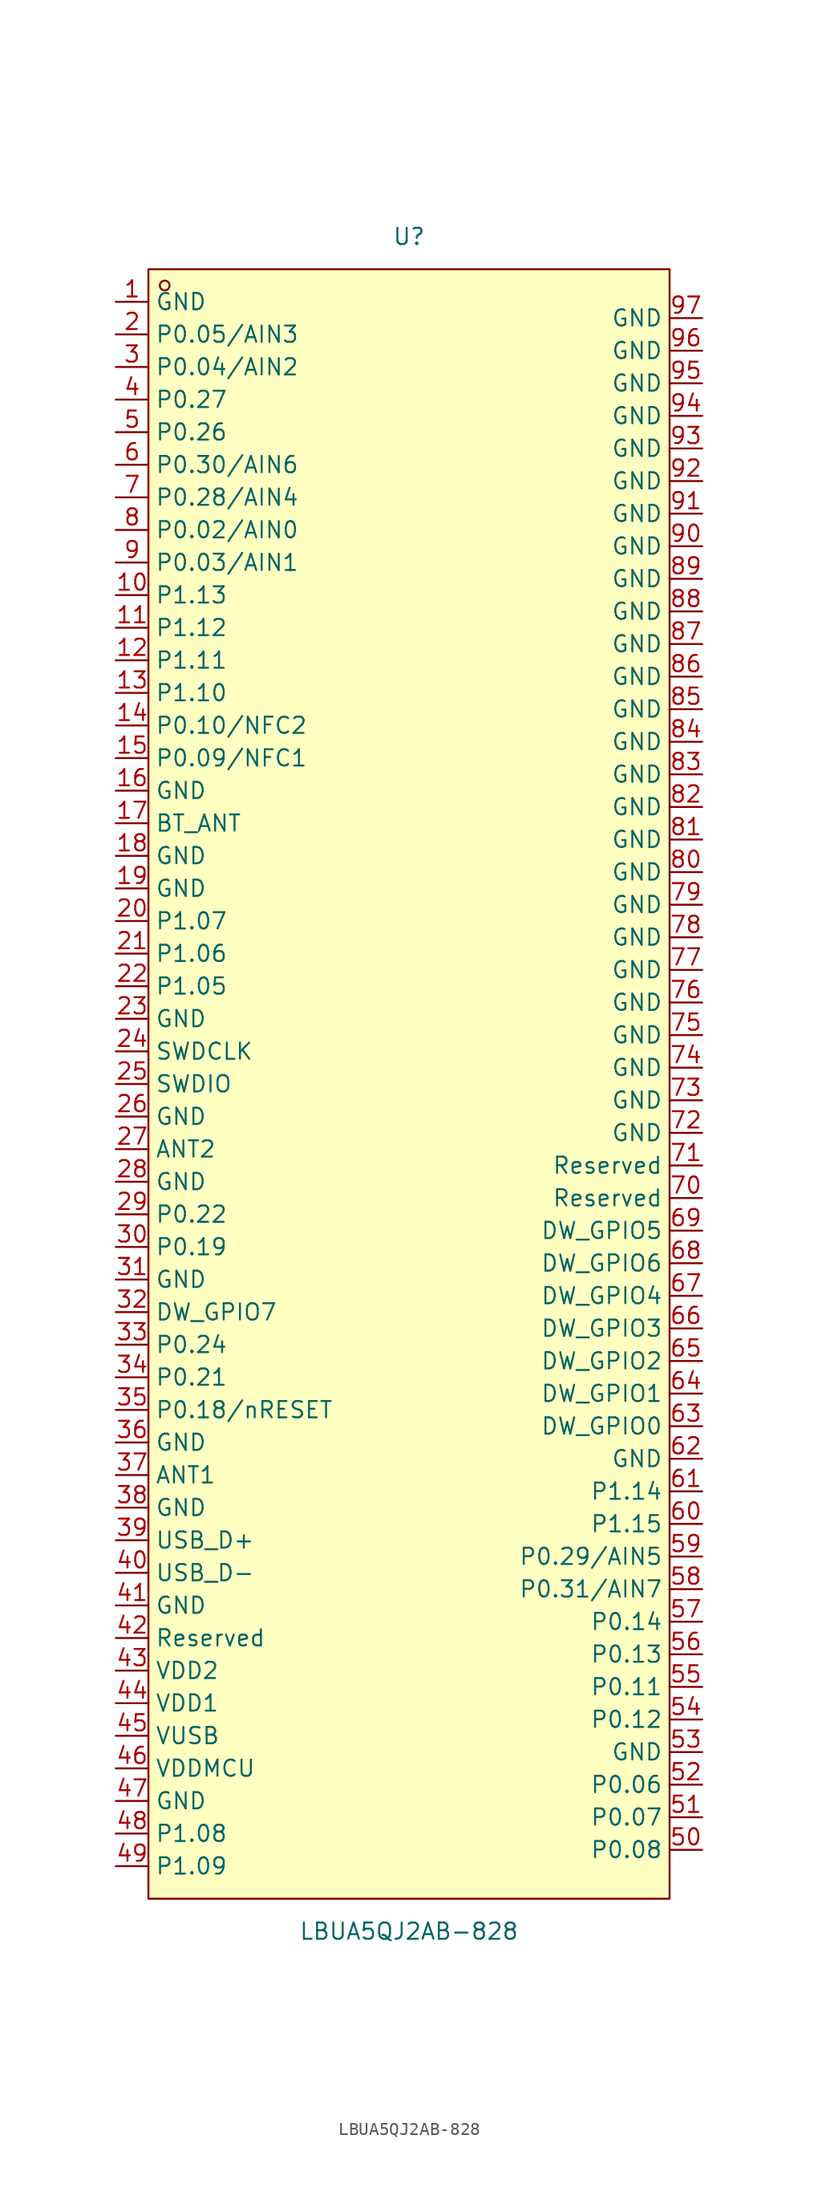
<source format=kicad_sym>
(kicad_symbol_lib
  (version 20241209)
  (generator "kicad_symbol_editor")
  (generator_version "9.0")
  (symbol "LBUA5QJ2AB-828"
    (property "Reference" "U"
      (at 0 66.04 0)
      (effects (font (size 1.27 1.27))))
    (property "Value" "LBUA5QJ2AB-828"
      (at 0 -66.04 0)
      (effects (font (size 1.27 1.27))))
    (symbol "LBUA5QJ2AB-828_0_1"
      (rectangle (start -20.32 63.5) (end 20.32 -63.5) (stroke (width 0) (type default)) (fill (type background)))
      (circle (center -19.05 62.23) (radius 0.38) (stroke (width 0) (type default)) (fill (type none)))
      (pin unspecified line (at -22.86 60.96 0) (length 2.54) (name "GND" (effects (font (size 1.27 1.27)))) (number "1" (effects (font (size 1.27 1.27)))))
      (pin unspecified line (at -22.86 58.42 0) (length 2.54) (name "P0.05/AIN3" (effects (font (size 1.27 1.27)))) (number "2" (effects (font (size 1.27 1.27)))))
      (pin unspecified line (at -22.86 55.88 0) (length 2.54) (name "P0.04/AIN2" (effects (font (size 1.27 1.27)))) (number "3" (effects (font (size 1.27 1.27)))))
      (pin unspecified line (at -22.86 53.34 0) (length 2.54) (name "P0.27" (effects (font (size 1.27 1.27)))) (number "4" (effects (font (size 1.27 1.27)))))
      (pin unspecified line (at -22.86 50.8 0) (length 2.54) (name "P0.26" (effects (font (size 1.27 1.27)))) (number "5" (effects (font (size 1.27 1.27)))))
      (pin unspecified line (at -22.86 48.26 0) (length 2.54) (name "P0.30/AIN6" (effects (font (size 1.27 1.27)))) (number "6" (effects (font (size 1.27 1.27)))))
      (pin unspecified line (at -22.86 45.72 0) (length 2.54) (name "P0.28/AIN4" (effects (font (size 1.27 1.27)))) (number "7" (effects (font (size 1.27 1.27)))))
      (pin unspecified line (at -22.86 43.18 0) (length 2.54) (name "P0.02/AIN0" (effects (font (size 1.27 1.27)))) (number "8" (effects (font (size 1.27 1.27)))))
      (pin unspecified line (at -22.86 40.64 0) (length 2.54) (name "P0.03/AIN1" (effects (font (size 1.27 1.27)))) (number "9" (effects (font (size 1.27 1.27)))))
      (pin unspecified line (at -22.86 38.1 0) (length 2.54) (name "P1.13" (effects (font (size 1.27 1.27)))) (number "10" (effects (font (size 1.27 1.27)))))
      (pin unspecified line (at -22.86 35.56 0) (length 2.54) (name "P1.12" (effects (font (size 1.27 1.27)))) (number "11" (effects (font (size 1.27 1.27)))))
      (pin unspecified line (at -22.86 33.02 0) (length 2.54) (name "P1.11" (effects (font (size 1.27 1.27)))) (number "12" (effects (font (size 1.27 1.27)))))
      (pin unspecified line (at -22.86 30.48 0) (length 2.54) (name "P1.10" (effects (font (size 1.27 1.27)))) (number "13" (effects (font (size 1.27 1.27)))))
      (pin unspecified line (at -22.86 27.94 0) (length 2.54) (name "P0.10/NFC2" (effects (font (size 1.27 1.27)))) (number "14" (effects (font (size 1.27 1.27)))))
      (pin unspecified line (at -22.86 25.4 0) (length 2.54) (name "P0.09/NFC1" (effects (font (size 1.27 1.27)))) (number "15" (effects (font (size 1.27 1.27)))))
      (pin unspecified line (at -22.86 22.86 0) (length 2.54) (name "GND" (effects (font (size 1.27 1.27)))) (number "16" (effects (font (size 1.27 1.27)))))
      (pin unspecified line (at -22.86 20.32 0) (length 2.54) (name "BT_ANT" (effects (font (size 1.27 1.27)))) (number "17" (effects (font (size 1.27 1.27)))))
      (pin unspecified line (at -22.86 17.78 0) (length 2.54) (name "GND" (effects (font (size 1.27 1.27)))) (number "18" (effects (font (size 1.27 1.27)))))
      (pin unspecified line (at -22.86 15.24 0) (length 2.54) (name "GND" (effects (font (size 1.27 1.27)))) (number "19" (effects (font (size 1.27 1.27)))))
      (pin unspecified line (at -22.86 12.7 0) (length 2.54) (name "P1.07" (effects (font (size 1.27 1.27)))) (number "20" (effects (font (size 1.27 1.27)))))
      (pin unspecified line (at -22.86 10.16 0) (length 2.54) (name "P1.06" (effects (font (size 1.27 1.27)))) (number "21" (effects (font (size 1.27 1.27)))))
      (pin unspecified line (at -22.86 7.62 0) (length 2.54) (name "P1.05" (effects (font (size 1.27 1.27)))) (number "22" (effects (font (size 1.27 1.27)))))
      (pin unspecified line (at -22.86 5.08 0) (length 2.54) (name "GND" (effects (font (size 1.27 1.27)))) (number "23" (effects (font (size 1.27 1.27)))))
      (pin unspecified line (at -22.86 2.54 0) (length 2.54) (name "SWDCLK" (effects (font (size 1.27 1.27)))) (number "24" (effects (font (size 1.27 1.27)))))
      (pin unspecified line (at -22.86 0 0) (length 2.54) (name "SWDIO" (effects (font (size 1.27 1.27)))) (number "25" (effects (font (size 1.27 1.27)))))
      (pin unspecified line (at -22.86 -2.54 0) (length 2.54) (name "GND" (effects (font (size 1.27 1.27)))) (number "26" (effects (font (size 1.27 1.27)))))
      (pin unspecified line (at -22.86 -5.08 0) (length 2.54) (name "ANT2" (effects (font (size 1.27 1.27)))) (number "27" (effects (font (size 1.27 1.27)))))
      (pin unspecified line (at -22.86 -7.62 0) (length 2.54) (name "GND" (effects (font (size 1.27 1.27)))) (number "28" (effects (font (size 1.27 1.27)))))
      (pin unspecified line (at -22.86 -10.16 0) (length 2.54) (name "P0.22" (effects (font (size 1.27 1.27)))) (number "29" (effects (font (size 1.27 1.27)))))
      (pin unspecified line (at -22.86 -12.7 0) (length 2.54) (name "P0.19" (effects (font (size 1.27 1.27)))) (number "30" (effects (font (size 1.27 1.27)))))
      (pin unspecified line (at -22.86 -15.24 0) (length 2.54) (name "GND" (effects (font (size 1.27 1.27)))) (number "31" (effects (font (size 1.27 1.27)))))
      (pin unspecified line (at -22.86 -17.78 0) (length 2.54) (name "DW_GPIO7" (effects (font (size 1.27 1.27)))) (number "32" (effects (font (size 1.27 1.27)))))
      (pin unspecified line (at -22.86 -20.32 0) (length 2.54) (name "P0.24" (effects (font (size 1.27 1.27)))) (number "33" (effects (font (size 1.27 1.27)))))
      (pin unspecified line (at -22.86 -22.86 0) (length 2.54) (name "P0.21" (effects (font (size 1.27 1.27)))) (number "34" (effects (font (size 1.27 1.27)))))
      (pin unspecified line (at -22.86 -25.4 0) (length 2.54) (name "P0.18/nRESET" (effects (font (size 1.27 1.27)))) (number "35" (effects (font (size 1.27 1.27)))))
      (pin unspecified line (at -22.86 -27.94 0) (length 2.54) (name "GND" (effects (font (size 1.27 1.27)))) (number "36" (effects (font (size 1.27 1.27)))))
      (pin unspecified line (at -22.86 -30.48 0) (length 2.54) (name "ANT1" (effects (font (size 1.27 1.27)))) (number "37" (effects (font (size 1.27 1.27)))))
      (pin unspecified line (at -22.86 -33.02 0) (length 2.54) (name "GND" (effects (font (size 1.27 1.27)))) (number "38" (effects (font (size 1.27 1.27)))))
      (pin unspecified line (at -22.86 -35.56 0) (length 2.54) (name "USB_D+" (effects (font (size 1.27 1.27)))) (number "39" (effects (font (size 1.27 1.27)))))
      (pin unspecified line (at -22.86 -38.1 0) (length 2.54) (name "USB_D-" (effects (font (size 1.27 1.27)))) (number "40" (effects (font (size 1.27 1.27)))))
      (pin unspecified line (at -22.86 -40.64 0) (length 2.54) (name "GND" (effects (font (size 1.27 1.27)))) (number "41" (effects (font (size 1.27 1.27)))))
      (pin unspecified line (at -22.86 -43.18 0) (length 2.54) (name "Reserved" (effects (font (size 1.27 1.27)))) (number "42" (effects (font (size 1.27 1.27)))))
      (pin unspecified line (at -22.86 -45.72 0) (length 2.54) (name "VDD2" (effects (font (size 1.27 1.27)))) (number "43" (effects (font (size 1.27 1.27)))))
      (pin unspecified line (at -22.86 -48.26 0) (length 2.54) (name "VDD1" (effects (font (size 1.27 1.27)))) (number "44" (effects (font (size 1.27 1.27)))))
      (pin unspecified line (at -22.86 -50.8 0) (length 2.54) (name "VUSB" (effects (font (size 1.27 1.27)))) (number "45" (effects (font (size 1.27 1.27)))))
      (pin unspecified line (at -22.86 -53.34 0) (length 2.54) (name "VDDMCU" (effects (font (size 1.27 1.27)))) (number "46" (effects (font (size 1.27 1.27)))))
      (pin unspecified line (at -22.86 -55.88 0) (length 2.54) (name "GND" (effects (font (size 1.27 1.27)))) (number "47" (effects (font (size 1.27 1.27)))))
      (pin unspecified line (at -22.86 -58.42 0) (length 2.54) (name "P1.08" (effects (font (size 1.27 1.27)))) (number "48" (effects (font (size 1.27 1.27)))))
      (pin unspecified line (at -22.86 -60.96 0) (length 2.54) (name "P1.09" (effects (font (size 1.27 1.27)))) (number "49" (effects (font (size 1.27 1.27)))))
      (pin unspecified line (at 22.86 59.69 180) (length 2.54) (name "GND" (effects (font (size 1.27 1.27)))) (number "97" (effects (font (size 1.27 1.27)))))
      (pin unspecified line (at 22.86 57.15 180) (length 2.54) (name "GND" (effects (font (size 1.27 1.27)))) (number "96" (effects (font (size 1.27 1.27)))))
      (pin unspecified line (at 22.86 54.61 180) (length 2.54) (name "GND" (effects (font (size 1.27 1.27)))) (number "95" (effects (font (size 1.27 1.27)))))
      (pin unspecified line (at 22.86 52.07 180) (length 2.54) (name "GND" (effects (font (size 1.27 1.27)))) (number "94" (effects (font (size 1.27 1.27)))))
      (pin unspecified line (at 22.86 49.53 180) (length 2.54) (name "GND" (effects (font (size 1.27 1.27)))) (number "93" (effects (font (size 1.27 1.27)))))
      (pin unspecified line (at 22.86 46.99 180) (length 2.54) (name "GND" (effects (font (size 1.27 1.27)))) (number "92" (effects (font (size 1.27 1.27)))))
      (pin unspecified line (at 22.86 44.45 180) (length 2.54) (name "GND" (effects (font (size 1.27 1.27)))) (number "91" (effects (font (size 1.27 1.27)))))
      (pin unspecified line (at 22.86 41.91 180) (length 2.54) (name "GND" (effects (font (size 1.27 1.27)))) (number "90" (effects (font (size 1.27 1.27)))))
      (pin unspecified line (at 22.86 39.37 180) (length 2.54) (name "GND" (effects (font (size 1.27 1.27)))) (number "89" (effects (font (size 1.27 1.27)))))
      (pin unspecified line (at 22.86 36.83 180) (length 2.54) (name "GND" (effects (font (size 1.27 1.27)))) (number "88" (effects (font (size 1.27 1.27)))))
      (pin unspecified line (at 22.86 34.29 180) (length 2.54) (name "GND" (effects (font (size 1.27 1.27)))) (number "87" (effects (font (size 1.27 1.27)))))
      (pin unspecified line (at 22.86 31.75 180) (length 2.54) (name "GND" (effects (font (size 1.27 1.27)))) (number "86" (effects (font (size 1.27 1.27)))))
      (pin unspecified line (at 22.86 29.21 180) (length 2.54) (name "GND" (effects (font (size 1.27 1.27)))) (number "85" (effects (font (size 1.27 1.27)))))
      (pin unspecified line (at 22.86 26.67 180) (length 2.54) (name "GND" (effects (font (size 1.27 1.27)))) (number "84" (effects (font (size 1.27 1.27)))))
      (pin unspecified line (at 22.86 24.13 180) (length 2.54) (name "GND" (effects (font (size 1.27 1.27)))) (number "83" (effects (font (size 1.27 1.27)))))
      (pin unspecified line (at 22.86 21.59 180) (length 2.54) (name "GND" (effects (font (size 1.27 1.27)))) (number "82" (effects (font (size 1.27 1.27)))))
      (pin unspecified line (at 22.86 19.05 180) (length 2.54) (name "GND" (effects (font (size 1.27 1.27)))) (number "81" (effects (font (size 1.27 1.27)))))
      (pin unspecified line (at 22.86 16.51 180) (length 2.54) (name "GND" (effects (font (size 1.27 1.27)))) (number "80" (effects (font (size 1.27 1.27)))))
      (pin unspecified line (at 22.86 13.97 180) (length 2.54) (name "GND" (effects (font (size 1.27 1.27)))) (number "79" (effects (font (size 1.27 1.27)))))
      (pin unspecified line (at 22.86 11.43 180) (length 2.54) (name "GND" (effects (font (size 1.27 1.27)))) (number "78" (effects (font (size 1.27 1.27)))))
      (pin unspecified line (at 22.86 8.89 180) (length 2.54) (name "GND" (effects (font (size 1.27 1.27)))) (number "77" (effects (font (size 1.27 1.27)))))
      (pin unspecified line (at 22.86 6.35 180) (length 2.54) (name "GND" (effects (font (size 1.27 1.27)))) (number "76" (effects (font (size 1.27 1.27)))))
      (pin unspecified line (at 22.86 3.81 180) (length 2.54) (name "GND" (effects (font (size 1.27 1.27)))) (number "75" (effects (font (size 1.27 1.27)))))
      (pin unspecified line (at 22.86 1.27 180) (length 2.54) (name "GND" (effects (font (size 1.27 1.27)))) (number "74" (effects (font (size 1.27 1.27)))))
      (pin unspecified line (at 22.86 -1.27 180) (length 2.54) (name "GND" (effects (font (size 1.27 1.27)))) (number "73" (effects (font (size 1.27 1.27)))))
      (pin unspecified line (at 22.86 -3.81 180) (length 2.54) (name "GND" (effects (font (size 1.27 1.27)))) (number "72" (effects (font (size 1.27 1.27)))))
      (pin unspecified line (at 22.86 -6.35 180) (length 2.54) (name "Reserved" (effects (font (size 1.27 1.27)))) (number "71" (effects (font (size 1.27 1.27)))))
      (pin unspecified line (at 22.86 -8.89 180) (length 2.54) (name "Reserved" (effects (font (size 1.27 1.27)))) (number "70" (effects (font (size 1.27 1.27)))))
      (pin unspecified line (at 22.86 -11.43 180) (length 2.54) (name "DW_GPIO5" (effects (font (size 1.27 1.27)))) (number "69" (effects (font (size 1.27 1.27)))))
      (pin unspecified line (at 22.86 -13.97 180) (length 2.54) (name "DW_GPIO6" (effects (font (size 1.27 1.27)))) (number "68" (effects (font (size 1.27 1.27)))))
      (pin unspecified line (at 22.86 -16.51 180) (length 2.54) (name "DW_GPIO4" (effects (font (size 1.27 1.27)))) (number "67" (effects (font (size 1.27 1.27)))))
      (pin unspecified line (at 22.86 -19.05 180) (length 2.54) (name "DW_GPIO3" (effects (font (size 1.27 1.27)))) (number "66" (effects (font (size 1.27 1.27)))))
      (pin unspecified line (at 22.86 -21.59 180) (length 2.54) (name "DW_GPIO2" (effects (font (size 1.27 1.27)))) (number "65" (effects (font (size 1.27 1.27)))))
      (pin unspecified line (at 22.86 -24.13 180) (length 2.54) (name "DW_GPIO1" (effects (font (size 1.27 1.27)))) (number "64" (effects (font (size 1.27 1.27)))))
      (pin unspecified line (at 22.86 -26.67 180) (length 2.54) (name "DW_GPIO0" (effects (font (size 1.27 1.27)))) (number "63" (effects (font (size 1.27 1.27)))))
      (pin unspecified line (at 22.86 -29.21 180) (length 2.54) (name "GND" (effects (font (size 1.27 1.27)))) (number "62" (effects (font (size 1.27 1.27)))))
      (pin unspecified line (at 22.86 -31.75 180) (length 2.54) (name "P1.14" (effects (font (size 1.27 1.27)))) (number "61" (effects (font (size 1.27 1.27)))))
      (pin unspecified line (at 22.86 -34.29 180) (length 2.54) (name "P1.15" (effects (font (size 1.27 1.27)))) (number "60" (effects (font (size 1.27 1.27)))))
      (pin unspecified line (at 22.86 -36.83 180) (length 2.54) (name "P0.29/AIN5" (effects (font (size 1.27 1.27)))) (number "59" (effects (font (size 1.27 1.27)))))
      (pin unspecified line (at 22.86 -39.37 180) (length 2.54) (name "P0.31/AIN7" (effects (font (size 1.27 1.27)))) (number "58" (effects (font (size 1.27 1.27)))))
      (pin unspecified line (at 22.86 -41.91 180) (length 2.54) (name "P0.14" (effects (font (size 1.27 1.27)))) (number "57" (effects (font (size 1.27 1.27)))))
      (pin unspecified line (at 22.86 -44.45 180) (length 2.54) (name "P0.13" (effects (font (size 1.27 1.27)))) (number "56" (effects (font (size 1.27 1.27)))))
      (pin unspecified line (at 22.86 -46.99 180) (length 2.54) (name "P0.11" (effects (font (size 1.27 1.27)))) (number "55" (effects (font (size 1.27 1.27)))))
      (pin unspecified line (at 22.86 -49.53 180) (length 2.54) (name "P0.12" (effects (font (size 1.27 1.27)))) (number "54" (effects (font (size 1.27 1.27)))))
      (pin unspecified line (at 22.86 -52.07 180) (length 2.54) (name "GND" (effects (font (size 1.27 1.27)))) (number "53" (effects (font (size 1.27 1.27)))))
      (pin unspecified line (at 22.86 -54.61 180) (length 2.54) (name "P0.06" (effects (font (size 1.27 1.27)))) (number "52" (effects (font (size 1.27 1.27)))))
      (pin unspecified line (at 22.86 -57.15 180) (length 2.54) (name "P0.07" (effects (font (size 1.27 1.27)))) (number "51" (effects (font (size 1.27 1.27)))))
      (pin unspecified line (at 22.86 -59.69 180) (length 2.54) (name "P0.08" (effects (font (size 1.27 1.27)))) (number "50" (effects (font (size 1.27 1.27))))))))
</source>
